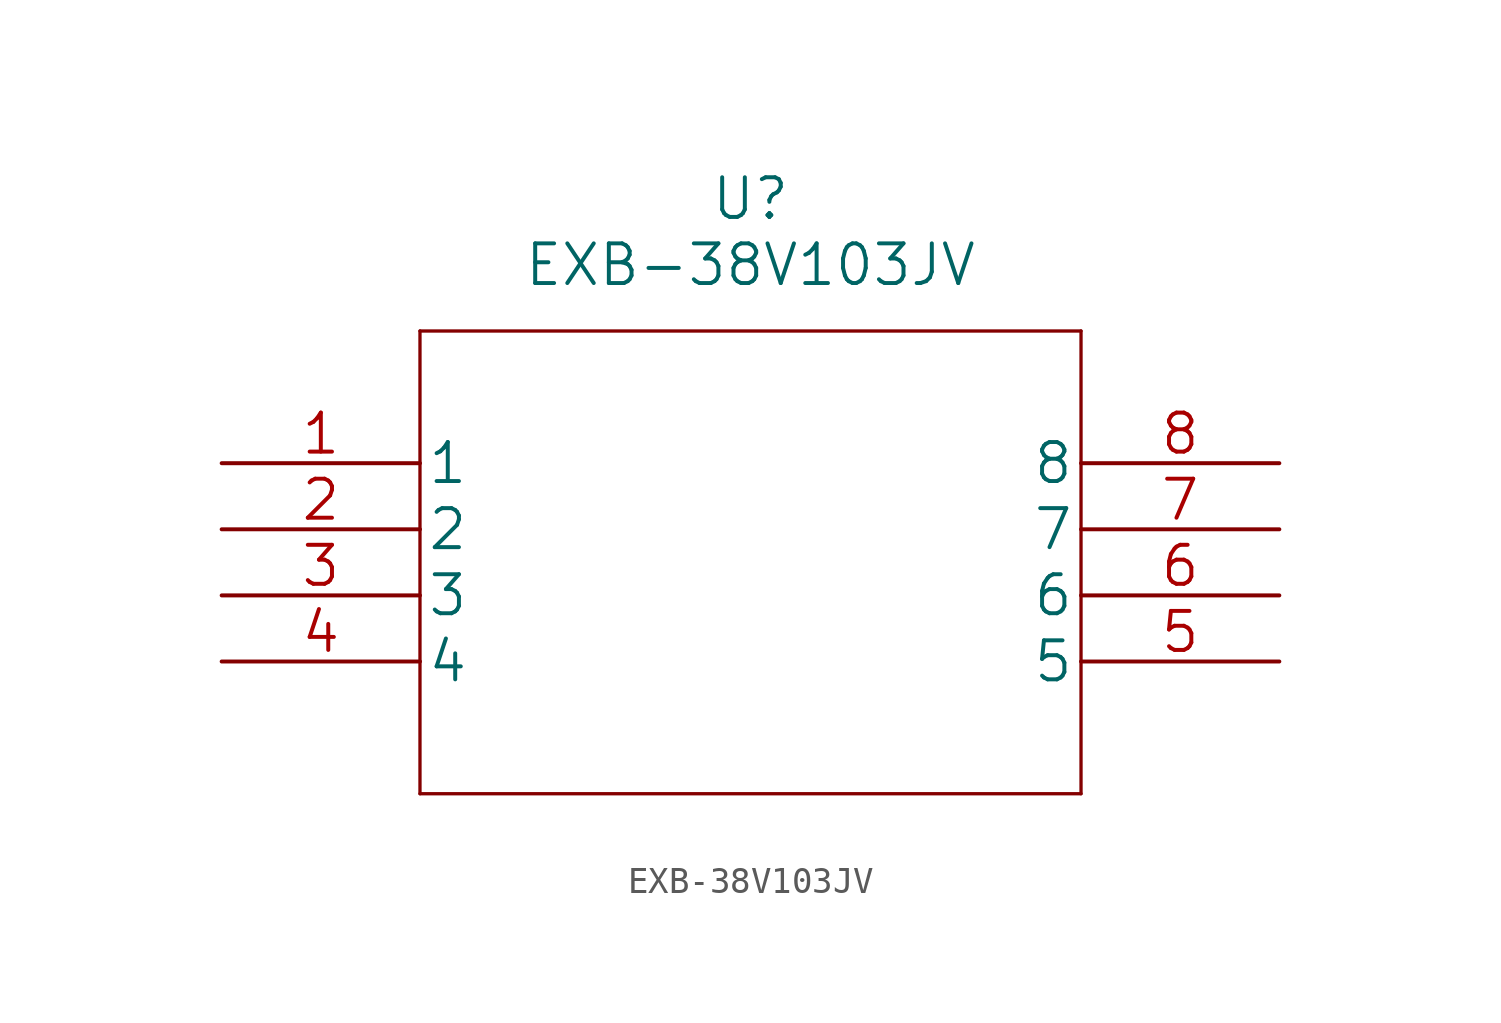
<source format=kicad_sym>
(kicad_symbol_lib
  (version 20201005)
  (generator kicad_symbol_editor)
  (symbol "resistor_array_EXB38V103JV:EXB-38V103JV"
    (pin_names
      (offset 0.254))
    (property "Reference" "U"
      (at 20.32 10.16 0)
      (effects (font (size 1.524 1.524))))
    (property "Value" "EXB-38V103JV"
      (at 20.32 7.62 0)
      (effects (font (size 1.524 1.524))))
    (property "Datasheet" ""
      (at 0 0 0)
      (effects (font (size 1.524 1.524))))
    (property "ki_locked" ""
      (at 0 0 0)
      (effects (font (size 1.27 1.27))))
    (symbol "EXB-38V103JV_1_1"
      (polyline (pts (xy 7.62 -12.7) (xy 33.02 -12.7)) (stroke (width 0.127)) (fill (type none)))
      (polyline (pts (xy 7.62 5.08) (xy 7.62 -12.7)) (stroke (width 0.127)) (fill (type none)))
      (polyline (pts (xy 33.02 -12.7) (xy 33.02 5.08)) (stroke (width 0.127)) (fill (type none)))
      (polyline (pts (xy 33.02 5.08) (xy 7.62 5.08)) (stroke (width 0.127)) (fill (type none)))
      (pin unspecified line (at 0 0 0) (length 7.62) (name "1" (effects (font (size 1.499 1.499)))) (number "1" (effects (font (size 1.499 1.499)))))
      (pin unspecified line (at 0 -2.54 0) (length 7.62) (name "2" (effects (font (size 1.499 1.499)))) (number "2" (effects (font (size 1.499 1.499)))))
      (pin unspecified line (at 0 -5.08 0) (length 7.62) (name "3" (effects (font (size 1.499 1.499)))) (number "3" (effects (font (size 1.499 1.499)))))
      (pin unspecified line (at 0 -7.62 0) (length 7.62) (name "4" (effects (font (size 1.499 1.499)))) (number "4" (effects (font (size 1.499 1.499)))))
      (pin unspecified line (at 40.64 -7.62 180) (length 7.62) (name "5" (effects (font (size 1.499 1.499)))) (number "5" (effects (font (size 1.499 1.499)))))
      (pin unspecified line (at 40.64 -5.08 180) (length 7.62) (name "6" (effects (font (size 1.499 1.499)))) (number "6" (effects (font (size 1.499 1.499)))))
      (pin unspecified line (at 40.64 -2.54 180) (length 7.62) (name "7" (effects (font (size 1.499 1.499)))) (number "7" (effects (font (size 1.499 1.499)))))
      (pin unspecified line (at 40.64 0 180) (length 7.62) (name "8" (effects (font (size 1.499 1.499)))) (number "8" (effects (font (size 1.499 1.499))))))))
</source>
